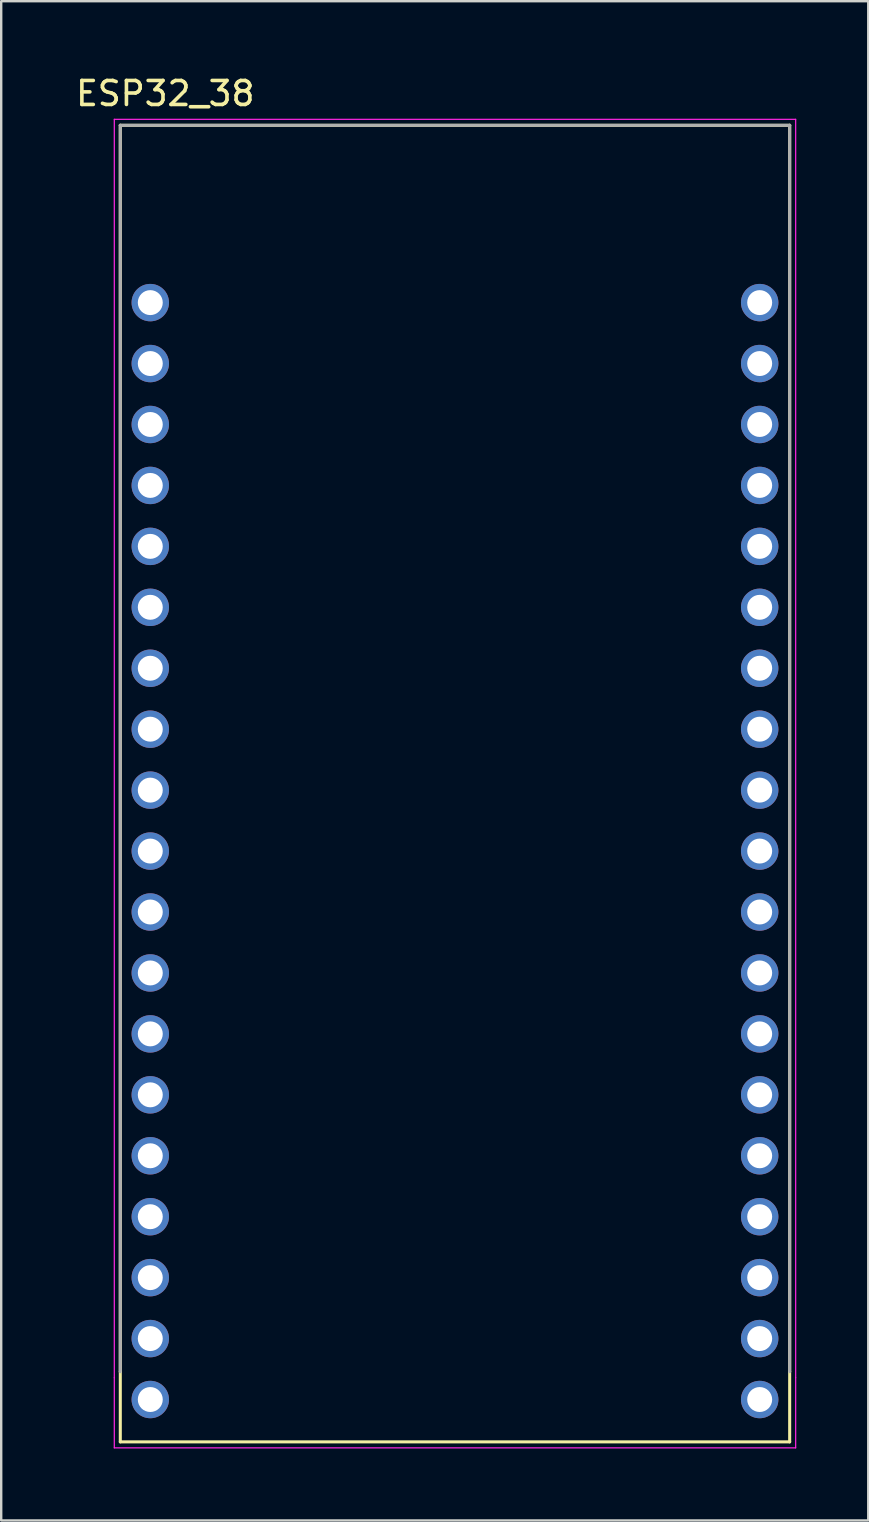
<source format=kicad_pcb>
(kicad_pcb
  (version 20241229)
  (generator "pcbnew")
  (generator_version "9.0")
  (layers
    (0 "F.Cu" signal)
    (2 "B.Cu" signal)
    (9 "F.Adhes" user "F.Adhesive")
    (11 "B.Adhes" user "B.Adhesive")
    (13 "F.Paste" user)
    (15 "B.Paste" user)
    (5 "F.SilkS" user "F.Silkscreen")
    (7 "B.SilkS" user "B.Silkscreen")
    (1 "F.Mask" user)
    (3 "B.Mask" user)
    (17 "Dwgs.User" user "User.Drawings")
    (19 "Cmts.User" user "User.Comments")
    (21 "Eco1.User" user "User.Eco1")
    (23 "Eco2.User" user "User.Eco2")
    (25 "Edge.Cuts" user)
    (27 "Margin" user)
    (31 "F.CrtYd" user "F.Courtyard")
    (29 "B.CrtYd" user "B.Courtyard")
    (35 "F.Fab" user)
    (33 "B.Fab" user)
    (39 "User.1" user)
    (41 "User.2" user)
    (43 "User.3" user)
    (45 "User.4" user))
  (footprint "ESP32_38"
    (layer "F.Cu")
    (at 15.914 29.323)
    (property "Reference" "ESP32_38" (at -12.075 -28.475 0) (layer "F.SilkS") (effects (font (size 1 1) (thickness 0.15))))
    (attr through_hole)
    (fp_line (start -13.95 -27.15) (end -13.95 24.8) (stroke (width 0.127) (type solid)) (layer "F.SilkS"))
    (fp_line (start -13.95 -27.15) (end 13.95 -27.15) (stroke (width 0.127) (type solid)) (layer "F.SilkS"))
    (fp_line (start -13.95 27.725) (end -13.95 24.8) (stroke (width 0.127) (type solid)) (layer "F.SilkS"))
    (fp_line (start 13.95 24.8) (end 13.95 -27.15) (stroke (width 0.127) (type solid)) (layer "F.SilkS"))
    (fp_line (start 13.95 24.8) (end 13.95 27.725) (stroke (width 0.127) (type solid)) (layer "F.SilkS"))
    (fp_line (start 13.95 27.725) (end -13.95 27.725) (stroke (width 0.127) (type solid)) (layer "F.SilkS"))
    (fp_line (start -14.2 -27.4) (end 14.2 -27.4) (stroke (width 0.05) (type solid)) (layer "F.CrtYd"))
    (fp_line (start -14.2 25.05) (end -14.2 -27.4) (stroke (width 0.05) (type solid)) (layer "F.CrtYd"))
    (fp_line (start -14.2 25.05) (end -14.2 27.975) (stroke (width 0.05) (type solid)) (layer "F.CrtYd"))
    (fp_line (start 14.2 25.05) (end 14.2 -27.4) (stroke (width 0.05) (type solid)) (layer "F.CrtYd"))
    (fp_line (start 14.2 25.05) (end 14.2 27.975) (stroke (width 0.05) (type solid)) (layer "F.CrtYd"))
    (fp_line (start 14.2 27.975) (end -14.2 27.975) (stroke (width 0.05) (type solid)) (layer "F.CrtYd"))
    (fp_line (start -13.95 -27.15) (end 13.95 -27.15) (stroke (width 0.127) (type solid)) (layer "F.Fab"))
    (fp_line (start -13.95 24.8) (end -13.95 -27.15) (stroke (width 0.127) (type solid)) (layer "F.Fab"))
    (fp_line (start 13.95 24.8) (end 13.95 -27.15) (stroke (width 0.127) (type solid)) (layer "F.Fab"))
    (pad "1" thru_hole circle (at -12.7 -19.76) (size 1.56 1.56) (drill 1.04) (layers "*.Cu" "*.Mask"))
    (pad "2" thru_hole circle (at -12.7 -17.22) (size 1.56 1.56) (drill 1.04) (layers "*.Cu" "*.Mask"))
    (pad "3" thru_hole circle (at -12.7 -14.68) (size 1.56 1.56) (drill 1.04) (layers "*.Cu" "*.Mask"))
    (pad "4" thru_hole circle (at -12.7 -12.14) (size 1.56 1.56) (drill 1.04) (layers "*.Cu" "*.Mask"))
    (pad "5" thru_hole circle (at -12.7 -9.6) (size 1.56 1.56) (drill 1.04) (layers "*.Cu" "*.Mask"))
    (pad "6" thru_hole circle (at -12.7 -7.06) (size 1.56 1.56) (drill 1.04) (layers "*.Cu" "*.Mask"))
    (pad "7" thru_hole circle (at -12.7 -4.52) (size 1.56 1.56) (drill 1.04) (layers "*.Cu" "*.Mask"))
    (pad "8" thru_hole circle (at -12.7 -1.98) (size 1.56 1.56) (drill 1.04) (layers "*.Cu" "*.Mask"))
    (pad "9" thru_hole circle (at -12.7 0.56) (size 1.56 1.56) (drill 1.04) (layers "*.Cu" "*.Mask"))
    (pad "10" thru_hole circle (at -12.7 3.1) (size 1.56 1.56) (drill 1.04) (layers "*.Cu" "*.Mask"))
    (pad "11" thru_hole circle (at -12.7 5.64) (size 1.56 1.56) (drill 1.04) (layers "*.Cu" "*.Mask"))
    (pad "12" thru_hole circle (at -12.7 8.18) (size 1.56 1.56) (drill 1.04) (layers "*.Cu" "*.Mask"))
    (pad "13" thru_hole circle (at -12.7 10.72) (size 1.56 1.56) (drill 1.04) (layers "*.Cu" "*.Mask"))
    (pad "14" thru_hole circle (at -12.7 13.26) (size 1.56 1.56) (drill 1.04) (layers "*.Cu" "*.Mask"))
    (pad "15" thru_hole circle (at -12.7 15.8) (size 1.56 1.56) (drill 1.04) (layers "*.Cu" "*.Mask"))
    (pad "16" thru_hole circle (at -12.7 18.34) (size 1.56 1.56) (drill 1.04) (layers "*.Cu" "*.Mask"))
    (pad "17" thru_hole circle (at -12.7 20.88) (size 1.56 1.56) (drill 1.04) (layers "*.Cu" "*.Mask"))
    (pad "18" thru_hole circle (at -12.7 23.42) (size 1.56 1.56) (drill 1.04) (layers "*.Cu" "*.Mask"))
    (pad "19" thru_hole circle (at -12.7 25.96) (size 1.56 1.56) (drill 1.04) (layers "*.Cu" "*.Mask"))
    (pad "20" thru_hole circle (at 12.7 -19.76) (size 1.56 1.56) (drill 1.04) (layers "*.Cu" "*.Mask"))
    (pad "21" thru_hole circle (at 12.7 -17.22) (size 1.56 1.56) (drill 1.04) (layers "*.Cu" "*.Mask"))
    (pad "22" thru_hole circle (at 12.7 -14.68) (size 1.56 1.56) (drill 1.04) (layers "*.Cu" "*.Mask"))
    (pad "23" thru_hole circle (at 12.7 -12.14) (size 1.56 1.56) (drill 1.04) (layers "*.Cu" "*.Mask"))
    (pad "24" thru_hole circle (at 12.7 -9.6) (size 1.56 1.56) (drill 1.04) (layers "*.Cu" "*.Mask"))
    (pad "25" thru_hole circle (at 12.7 -7.06) (size 1.56 1.56) (drill 1.04) (layers "*.Cu" "*.Mask"))
    (pad "26" thru_hole circle (at 12.7 -4.52) (size 1.56 1.56) (drill 1.04) (layers "*.Cu" "*.Mask"))
    (pad "27" thru_hole circle (at 12.7 -1.98) (size 1.56 1.56) (drill 1.04) (layers "*.Cu" "*.Mask"))
    (pad "28" thru_hole circle (at 12.7 0.56) (size 1.56 1.56) (drill 1.04) (layers "*.Cu" "*.Mask"))
    (pad "29" thru_hole circle (at 12.7 3.1) (size 1.56 1.56) (drill 1.04) (layers "*.Cu" "*.Mask"))
    (pad "30" thru_hole circle (at 12.7 5.64) (size 1.56 1.56) (drill 1.04) (layers "*.Cu" "*.Mask"))
    (pad "31" thru_hole circle (at 12.7 8.18) (size 1.56 1.56) (drill 1.04) (layers "*.Cu" "*.Mask"))
    (pad "32" thru_hole circle (at 12.7 10.72) (size 1.56 1.56) (drill 1.04) (layers "*.Cu" "*.Mask"))
    (pad "33" thru_hole circle (at 12.7 13.26) (size 1.56 1.56) (drill 1.04) (layers "*.Cu" "*.Mask"))
    (pad "34" thru_hole circle (at 12.7 15.8) (size 1.56 1.56) (drill 1.04) (layers "*.Cu" "*.Mask"))
    (pad "35" thru_hole circle (at 12.7 18.34) (size 1.56 1.56) (drill 1.04) (layers "*.Cu" "*.Mask"))
    (pad "36" thru_hole circle (at 12.7 20.88) (size 1.56 1.56) (drill 1.04) (layers "*.Cu" "*.Mask"))
    (pad "37" thru_hole circle (at 12.7 23.42) (size 1.56 1.56) (drill 1.04) (layers "*.Cu" "*.Mask"))
    (pad "38" thru_hole circle (at 12.7 25.96) (size 1.56 1.56) (drill 1.04) (layers "*.Cu" "*.Mask")))
  (gr_rect
    (start -3 -3)
    (end 33.139 60.323)
    (stroke (width 0.1) (type default))
    (fill no)
    (layer "Edge.Cuts")))
</source>
